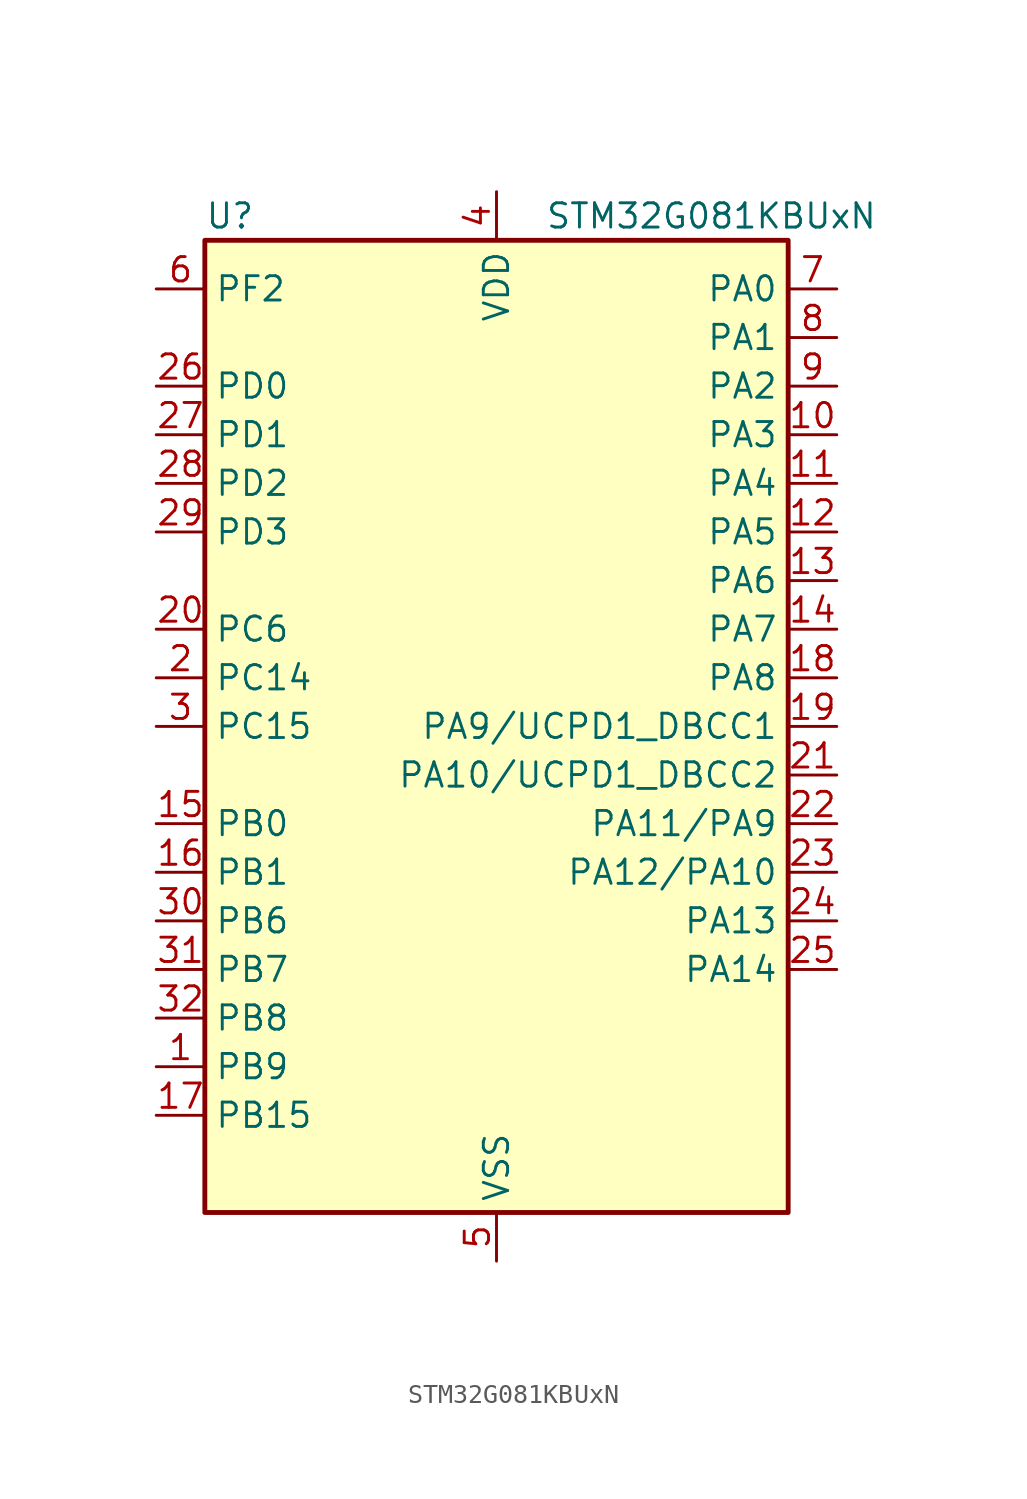
<source format=kicad_sym>
(kicad_symbol_lib
  (version 20220914)
  (generator kicad_symbol_editor)
  (symbol "STM32G081KBUxN"
    (property "Reference" "U"
      (at -15.24 26.67 0)
      (effects (font (size 1.27 1.27)) (justify left)))
    (property "Value" "STM32G081KBUxN"
      (at 2.54 26.67 0)
      (effects (font (size 1.27 1.27)) (justify left)))
    (property "ki_locked" ""
      (at 0 0 0)
      (effects (font (size 1.27 1.27))))
    (symbol "STM32G081KBUxN_0_1"
      (rectangle (start -15.24 -25.4) (end 15.24 25.4) (stroke (width 0.254) (type default)) (fill (type background))))
    (symbol "STM32G081KBUxN_1_1"
      (pin bidirectional line (at -17.78 -17.78 0) (length 2.54) (name "PB9" (effects (font (size 1.27 1.27)))) (number "1" (effects (font (size 1.27 1.27)))) (alternate "DAC1_EXTI9" bidirectional line) (alternate "I2C1_SDA" bidirectional line) (alternate "IR_OUT" bidirectional line) (alternate "SPI2_NSS" bidirectional line) (alternate "TIM17_CH1" bidirectional line) (alternate "UCPD2_FRSTX1" bidirectional line) (alternate "UCPD2_FRSTX2" bidirectional line) (alternate "USART3_RX" bidirectional line))
      (pin bidirectional line (at 17.78 15.24 180) (length 2.54) (name "PA3" (effects (font (size 1.27 1.27)))) (number "10" (effects (font (size 1.27 1.27)))) (alternate "ADC1_IN3" bidirectional line) (alternate "COMP2_INP" bidirectional line) (alternate "LPUART1_RX" bidirectional line) (alternate "SPI2_MISO" bidirectional line) (alternate "TIM15_CH2" bidirectional line) (alternate "TIM2_CH4" bidirectional line) (alternate "UCPD2_FRSTX1" bidirectional line) (alternate "UCPD2_FRSTX2" bidirectional line) (alternate "USART2_RX" bidirectional line))
      (pin bidirectional line (at 17.78 12.7 180) (length 2.54) (name "PA4" (effects (font (size 1.27 1.27)))) (number "11" (effects (font (size 1.27 1.27)))) (alternate "ADC1_IN4" bidirectional line) (alternate "DAC1_OUT1" bidirectional line) (alternate "I2S1_WS" bidirectional line) (alternate "LPTIM2_OUT" bidirectional line) (alternate "RTC_OUT_ALARM" bidirectional line) (alternate "RTC_OUT_CALIB" bidirectional line) (alternate "RTC_TAMP_IN1" bidirectional line) (alternate "RTC_TS" bidirectional line) (alternate "SPI1_NSS" bidirectional line) (alternate "SPI2_MOSI" bidirectional line) (alternate "SYS_WKUP2" bidirectional line) (alternate "TIM14_CH1" bidirectional line) (alternate "UCPD2_FRSTX1" bidirectional line) (alternate "UCPD2_FRSTX2" bidirectional line))
      (pin bidirectional line (at 17.78 10.16 180) (length 2.54) (name "PA5" (effects (font (size 1.27 1.27)))) (number "12" (effects (font (size 1.27 1.27)))) (alternate "ADC1_IN5" bidirectional line) (alternate "CEC" bidirectional line) (alternate "DAC1_OUT2" bidirectional line) (alternate "I2S1_CK" bidirectional line) (alternate "LPTIM2_ETR" bidirectional line) (alternate "SPI1_SCK" bidirectional line) (alternate "TIM2_CH1" bidirectional line) (alternate "TIM2_ETR" bidirectional line) (alternate "UCPD1_FRSTX1" bidirectional line) (alternate "UCPD1_FRSTX2" bidirectional line) (alternate "USART3_TX" bidirectional line))
      (pin bidirectional line (at 17.78 7.62 180) (length 2.54) (name "PA6" (effects (font (size 1.27 1.27)))) (number "13" (effects (font (size 1.27 1.27)))) (alternate "ADC1_IN6" bidirectional line) (alternate "COMP1_OUT" bidirectional line) (alternate "I2S1_MCK" bidirectional line) (alternate "LPUART1_CTS" bidirectional line) (alternate "SPI1_MISO" bidirectional line) (alternate "TIM16_CH1" bidirectional line) (alternate "TIM1_BK" bidirectional line) (alternate "TIM3_CH1" bidirectional line) (alternate "USART3_CTS" bidirectional line) (alternate "USART3_NSS" bidirectional line))
      (pin bidirectional line (at 17.78 5.08 180) (length 2.54) (name "PA7" (effects (font (size 1.27 1.27)))) (number "14" (effects (font (size 1.27 1.27)))) (alternate "ADC1_IN7" bidirectional line) (alternate "COMP2_OUT" bidirectional line) (alternate "I2S1_SD" bidirectional line) (alternate "SPI1_MOSI" bidirectional line) (alternate "TIM14_CH1" bidirectional line) (alternate "TIM17_CH1" bidirectional line) (alternate "TIM1_CH1N" bidirectional line) (alternate "TIM3_CH2" bidirectional line) (alternate "UCPD1_FRSTX1" bidirectional line) (alternate "UCPD1_FRSTX2" bidirectional line))
      (pin bidirectional line (at -17.78 -5.08 0) (length 2.54) (name "PB0" (effects (font (size 1.27 1.27)))) (number "15" (effects (font (size 1.27 1.27)))) (alternate "ADC1_IN8" bidirectional line) (alternate "COMP1_OUT" bidirectional line) (alternate "I2S1_WS" bidirectional line) (alternate "LPTIM1_OUT" bidirectional line) (alternate "SPI1_NSS" bidirectional line) (alternate "TIM1_CH2N" bidirectional line) (alternate "TIM3_CH3" bidirectional line) (alternate "UCPD1_FRSTX1" bidirectional line) (alternate "UCPD1_FRSTX2" bidirectional line) (alternate "USART3_RX" bidirectional line))
      (pin bidirectional line (at -17.78 -7.62 0) (length 2.54) (name "PB1" (effects (font (size 1.27 1.27)))) (number "16" (effects (font (size 1.27 1.27)))) (alternate "ADC1_IN9" bidirectional line) (alternate "COMP1_INM" bidirectional line) (alternate "LPTIM2_IN1" bidirectional line) (alternate "LPUART1_DE" bidirectional line) (alternate "LPUART1_RTS" bidirectional line) (alternate "TIM14_CH1" bidirectional line) (alternate "TIM1_CH3N" bidirectional line) (alternate "TIM3_CH4" bidirectional line) (alternate "USART3_CK" bidirectional line) (alternate "USART3_DE" bidirectional line) (alternate "USART3_RTS" bidirectional line))
      (pin bidirectional line (at -17.78 -20.32 0) (length 2.54) (name "PB15" (effects (font (size 1.27 1.27)))) (number "17" (effects (font (size 1.27 1.27)))) (alternate "RTC_REFIN" bidirectional line) (alternate "SPI2_MOSI" bidirectional line) (alternate "TIM15_CH1N" bidirectional line) (alternate "TIM15_CH2" bidirectional line) (alternate "TIM1_CH3N" bidirectional line) (alternate "UCPD1_CC2" bidirectional line))
      (pin bidirectional line (at 17.78 2.54 180) (length 2.54) (name "PA8" (effects (font (size 1.27 1.27)))) (number "18" (effects (font (size 1.27 1.27)))) (alternate "LPTIM2_OUT" bidirectional line) (alternate "RCC_MCO" bidirectional line) (alternate "SPI2_NSS" bidirectional line) (alternate "TIM1_CH1" bidirectional line) (alternate "UCPD1_CC1" bidirectional line))
      (pin bidirectional line (at 17.78 0 180) (length 2.54) (name "PA9/UCPD1_DBCC1" (effects (font (size 1.27 1.27)))) (number "19" (effects (font (size 1.27 1.27)))) (alternate "DAC1_EXTI9" bidirectional line) (alternate "I2C1_SCL" bidirectional line) (alternate "RCC_MCO" bidirectional line) (alternate "SPI2_MISO" bidirectional line) (alternate "TIM15_BK" bidirectional line) (alternate "TIM1_CH2" bidirectional line) (alternate "UCPD1_DBCC1" bidirectional line) (alternate "USART1_TX" bidirectional line))
      (pin bidirectional line (at -17.78 2.54 0) (length 2.54) (name "PC14" (effects (font (size 1.27 1.27)))) (number "2" (effects (font (size 1.27 1.27)))) (alternate "RCC_OSC32_IN" bidirectional line) (alternate "RCC_OSC_IN" bidirectional line) (alternate "TIM1_BK2" bidirectional line))
      (pin bidirectional line (at -17.78 5.08 0) (length 2.54) (name "PC6" (effects (font (size 1.27 1.27)))) (number "20" (effects (font (size 1.27 1.27)))) (alternate "TIM2_CH3" bidirectional line) (alternate "TIM3_CH1" bidirectional line) (alternate "UCPD1_FRSTX1" bidirectional line) (alternate "UCPD1_FRSTX2" bidirectional line))
      (pin bidirectional line (at 17.78 -2.54 180) (length 2.54) (name "PA10/UCPD1_DBCC2" (effects (font (size 1.27 1.27)))) (number "21" (effects (font (size 1.27 1.27)))) (alternate "I2C1_SDA" bidirectional line) (alternate "SPI2_MOSI" bidirectional line) (alternate "TIM17_BK" bidirectional line) (alternate "TIM1_CH3" bidirectional line) (alternate "UCPD1_DBCC2" bidirectional line) (alternate "USART1_RX" bidirectional line))
      (pin bidirectional line (at 17.78 -5.08 180) (length 2.54) (name "PA11/PA9" (effects (font (size 1.27 1.27)))) (number "22" (effects (font (size 1.27 1.27)))) (alternate "ADC1_EXTI11" bidirectional line) (alternate "COMP1_OUT" bidirectional line) (alternate "I2C2_SCL" bidirectional line) (alternate "I2S1_MCK" bidirectional line) (alternate "SPI1_MISO" bidirectional line) (alternate "TIM1_BK2" bidirectional line) (alternate "TIM1_CH4" bidirectional line) (alternate "USART1_CTS" bidirectional line) (alternate "USART1_NSS" bidirectional line))
      (pin bidirectional line (at 17.78 -7.62 180) (length 2.54) (name "PA12/PA10" (effects (font (size 1.27 1.27)))) (number "23" (effects (font (size 1.27 1.27)))) (alternate "COMP2_OUT" bidirectional line) (alternate "I2C2_SDA" bidirectional line) (alternate "I2S1_SD" bidirectional line) (alternate "I2S_CKIN" bidirectional line) (alternate "SPI1_MOSI" bidirectional line) (alternate "TIM1_ETR" bidirectional line) (alternate "USART1_CK" bidirectional line) (alternate "USART1_DE" bidirectional line) (alternate "USART1_RTS" bidirectional line))
      (pin bidirectional line (at 17.78 -10.16 180) (length 2.54) (name "PA13" (effects (font (size 1.27 1.27)))) (number "24" (effects (font (size 1.27 1.27)))) (alternate "IR_OUT" bidirectional line) (alternate "SYS_SWDIO" bidirectional line))
      (pin bidirectional line (at 17.78 -12.7 180) (length 2.54) (name "PA14" (effects (font (size 1.27 1.27)))) (number "25" (effects (font (size 1.27 1.27)))) (alternate "SYS_SWCLK" bidirectional line) (alternate "USART2_TX" bidirectional line))
      (pin bidirectional line (at -17.78 17.78 0) (length 2.54) (name "PD0" (effects (font (size 1.27 1.27)))) (number "26" (effects (font (size 1.27 1.27)))) (alternate "SPI2_NSS" bidirectional line) (alternate "TIM16_CH1" bidirectional line) (alternate "UCPD2_CC1" bidirectional line))
      (pin bidirectional line (at -17.78 15.24 0) (length 2.54) (name "PD1" (effects (font (size 1.27 1.27)))) (number "27" (effects (font (size 1.27 1.27)))) (alternate "SPI2_SCK" bidirectional line) (alternate "TIM17_CH1" bidirectional line) (alternate "UCPD2_DBCC1" bidirectional line))
      (pin bidirectional line (at -17.78 12.7 0) (length 2.54) (name "PD2" (effects (font (size 1.27 1.27)))) (number "28" (effects (font (size 1.27 1.27)))) (alternate "TIM1_CH1N" bidirectional line) (alternate "TIM3_ETR" bidirectional line) (alternate "UCPD2_CC2" bidirectional line) (alternate "USART3_CK" bidirectional line) (alternate "USART3_DE" bidirectional line) (alternate "USART3_RTS" bidirectional line))
      (pin bidirectional line (at -17.78 10.16 0) (length 2.54) (name "PD3" (effects (font (size 1.27 1.27)))) (number "29" (effects (font (size 1.27 1.27)))) (alternate "SPI2_MISO" bidirectional line) (alternate "TIM1_CH2N" bidirectional line) (alternate "UCPD2_DBCC2" bidirectional line) (alternate "USART2_CTS" bidirectional line) (alternate "USART2_NSS" bidirectional line))
      (pin bidirectional line (at -17.78 0 0) (length 2.54) (name "PC15" (effects (font (size 1.27 1.27)))) (number "3" (effects (font (size 1.27 1.27)))) (alternate "RCC_OSC32_EN" bidirectional line) (alternate "RCC_OSC32_OUT" bidirectional line) (alternate "RCC_OSC_EN" bidirectional line) (alternate "TIM15_BK" bidirectional line))
      (pin bidirectional line (at -17.78 -10.16 0) (length 2.54) (name "PB6" (effects (font (size 1.27 1.27)))) (number "30" (effects (font (size 1.27 1.27)))) (alternate "COMP2_INP" bidirectional line) (alternate "I2C1_SCL" bidirectional line) (alternate "LPTIM1_ETR" bidirectional line) (alternate "SPI2_MISO" bidirectional line) (alternate "TIM16_CH1N" bidirectional line) (alternate "TIM1_CH3" bidirectional line) (alternate "USART1_TX" bidirectional line))
      (pin bidirectional line (at -17.78 -12.7 0) (length 2.54) (name "PB7" (effects (font (size 1.27 1.27)))) (number "31" (effects (font (size 1.27 1.27)))) (alternate "COMP2_INM" bidirectional line) (alternate "I2C1_SDA" bidirectional line) (alternate "LPTIM1_IN2" bidirectional line) (alternate "SPI2_MOSI" bidirectional line) (alternate "SYS_PVD_IN" bidirectional line) (alternate "TIM17_CH1N" bidirectional line) (alternate "USART1_RX" bidirectional line) (alternate "USART4_CTS" bidirectional line) (alternate "USART4_NSS" bidirectional line))
      (pin bidirectional line (at -17.78 -15.24 0) (length 2.54) (name "PB8" (effects (font (size 1.27 1.27)))) (number "32" (effects (font (size 1.27 1.27)))) (alternate "CEC" bidirectional line) (alternate "I2C1_SCL" bidirectional line) (alternate "SPI2_SCK" bidirectional line) (alternate "TIM15_BK" bidirectional line) (alternate "TIM16_CH1" bidirectional line) (alternate "USART3_TX" bidirectional line))
      (pin passive line (at 0 -27.94 90) (length 2.54) hide (name "VSS" (effects (font (size 1.27 1.27)))) (number "33" (effects (font (size 1.27 1.27)))))
      (pin power_in line (at 0 27.94 270) (length 2.54) (name "VDD" (effects (font (size 1.27 1.27)))) (number "4" (effects (font (size 1.27 1.27)))))
      (pin power_in line (at 0 -27.94 90) (length 2.54) (name "VSS" (effects (font (size 1.27 1.27)))) (number "5" (effects (font (size 1.27 1.27)))))
      (pin bidirectional line (at -17.78 22.86 0) (length 2.54) (name "PF2" (effects (font (size 1.27 1.27)))) (number "6" (effects (font (size 1.27 1.27)))) (alternate "RCC_MCO" bidirectional line))
      (pin bidirectional line (at 17.78 22.86 180) (length 2.54) (name "PA0" (effects (font (size 1.27 1.27)))) (number "7" (effects (font (size 1.27 1.27)))) (alternate "ADC1_IN0" bidirectional line) (alternate "COMP1_INM" bidirectional line) (alternate "COMP1_OUT" bidirectional line) (alternate "LPTIM1_OUT" bidirectional line) (alternate "RTC_TAMP_IN2" bidirectional line) (alternate "SPI2_SCK" bidirectional line) (alternate "SYS_WKUP1" bidirectional line) (alternate "TIM2_CH1" bidirectional line) (alternate "TIM2_ETR" bidirectional line) (alternate "UCPD2_FRSTX1" bidirectional line) (alternate "UCPD2_FRSTX2" bidirectional line) (alternate "USART2_CTS" bidirectional line) (alternate "USART2_NSS" bidirectional line) (alternate "USART4_TX" bidirectional line))
      (pin bidirectional line (at 17.78 20.32 180) (length 2.54) (name "PA1" (effects (font (size 1.27 1.27)))) (number "8" (effects (font (size 1.27 1.27)))) (alternate "ADC1_IN1" bidirectional line) (alternate "COMP1_INP" bidirectional line) (alternate "I2C1_SMBA" bidirectional line) (alternate "I2S1_CK" bidirectional line) (alternate "SPI1_SCK" bidirectional line) (alternate "TIM15_CH1N" bidirectional line) (alternate "TIM2_CH2" bidirectional line) (alternate "USART2_CK" bidirectional line) (alternate "USART2_DE" bidirectional line) (alternate "USART2_RTS" bidirectional line) (alternate "USART4_RX" bidirectional line))
      (pin bidirectional line (at 17.78 17.78 180) (length 2.54) (name "PA2" (effects (font (size 1.27 1.27)))) (number "9" (effects (font (size 1.27 1.27)))) (alternate "ADC1_IN2" bidirectional line) (alternate "COMP2_INM" bidirectional line) (alternate "COMP2_OUT" bidirectional line) (alternate "I2S1_SD" bidirectional line) (alternate "LPUART1_TX" bidirectional line) (alternate "RCC_LSCO" bidirectional line) (alternate "SPI1_MOSI" bidirectional line) (alternate "SYS_WKUP4" bidirectional line) (alternate "TIM15_CH1" bidirectional line) (alternate "TIM2_CH3" bidirectional line) (alternate "UCPD1_FRSTX1" bidirectional line) (alternate "UCPD1_FRSTX2" bidirectional line) (alternate "USART2_TX" bidirectional line)))))
</source>
